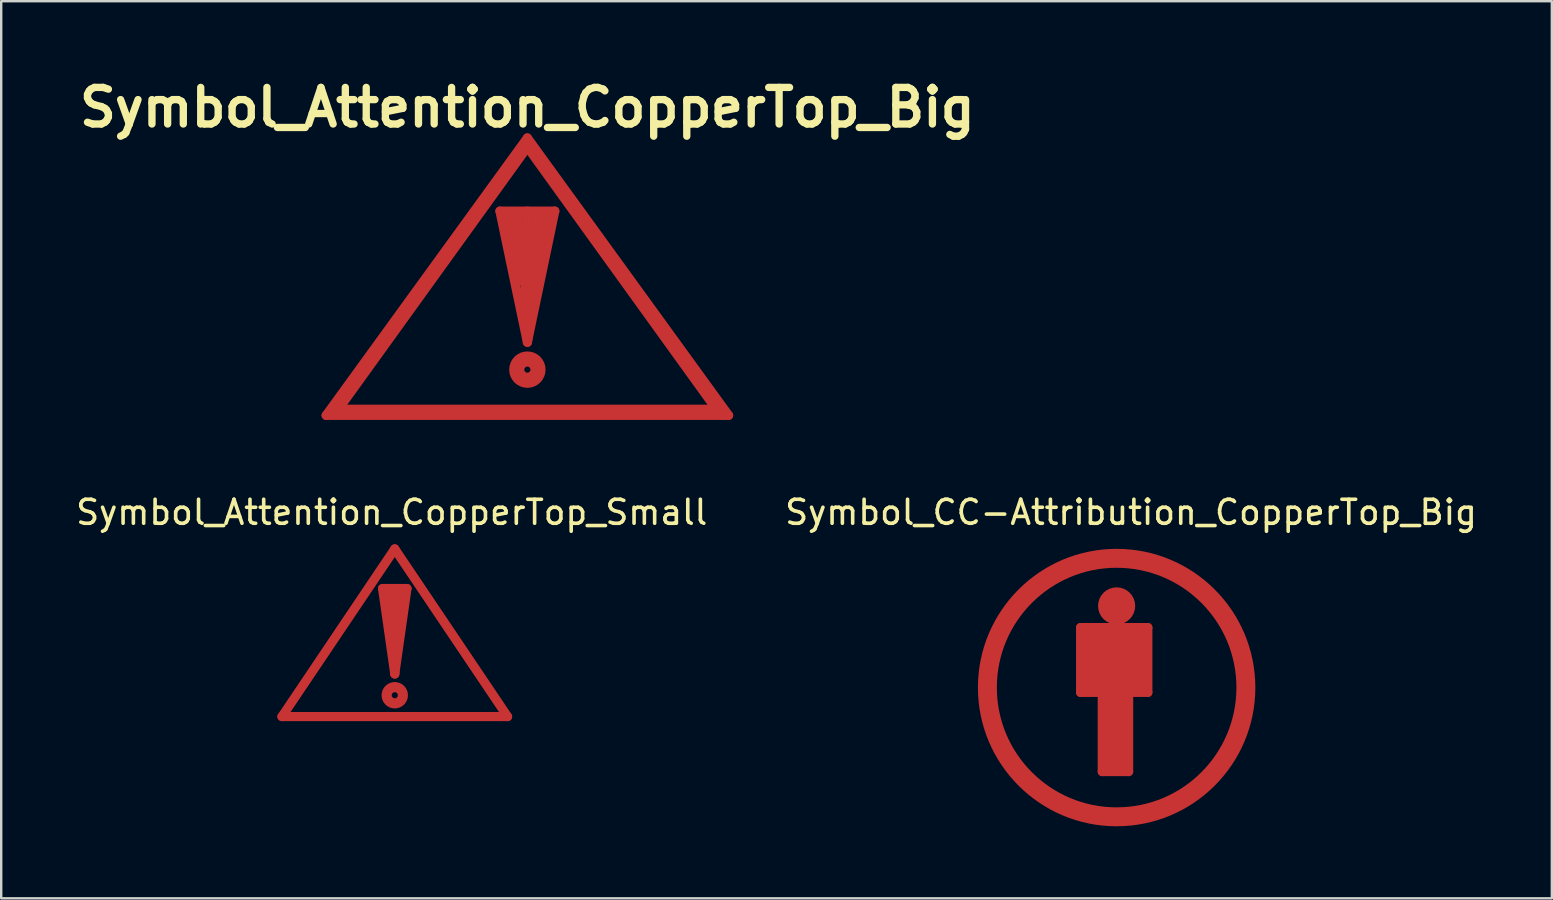
<source format=kicad_pcb>
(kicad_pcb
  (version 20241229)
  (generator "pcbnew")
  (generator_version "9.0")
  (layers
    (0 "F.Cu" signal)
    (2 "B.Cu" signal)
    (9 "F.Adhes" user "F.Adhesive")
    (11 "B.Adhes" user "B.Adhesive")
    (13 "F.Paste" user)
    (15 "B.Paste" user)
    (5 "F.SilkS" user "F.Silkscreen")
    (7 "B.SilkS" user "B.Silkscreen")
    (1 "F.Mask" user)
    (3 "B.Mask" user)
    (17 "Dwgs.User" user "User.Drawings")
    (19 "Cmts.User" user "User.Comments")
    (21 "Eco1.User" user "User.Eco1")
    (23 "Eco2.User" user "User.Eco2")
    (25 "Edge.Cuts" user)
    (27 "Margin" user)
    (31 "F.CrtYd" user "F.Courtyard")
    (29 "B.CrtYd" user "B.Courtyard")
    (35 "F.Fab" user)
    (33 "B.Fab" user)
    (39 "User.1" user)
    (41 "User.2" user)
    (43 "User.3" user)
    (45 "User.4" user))
  (footprint "Symbol_CC-Attribution_CopperTop_Big"
    (layer "F.Cu")
    (at 43.466 25.592)
    (property "Reference" "Symbol_CC-Attribution_CopperTop_Big" (at 0.599 -7.3 0) (layer "F.SilkS") (effects (font (size 1 1) (thickness 0.15))))
    (attr through_hole)
    (fp_line (start -5.4 0.099) (end -5.199 1.3) (stroke (width 0.381) (type solid)) (layer "F.Cu"))
    (fp_line (start -5.301 -1.1) (end -5.4 0.099) (stroke (width 0.381) (type solid)) (layer "F.Cu"))
    (fp_line (start -5.199 1.3) (end -4.801 2.4) (stroke (width 0.381) (type solid)) (layer "F.Cu"))
    (fp_line (start -5.001 -2.101) (end -5.301 -1.1) (stroke (width 0.381) (type solid)) (layer "F.Cu"))
    (fp_line (start -4.801 2.4) (end -3.8 3.899) (stroke (width 0.381) (type solid)) (layer "F.Cu"))
    (fp_line (start -4.501 -3) (end -5.001 -2.101) (stroke (width 0.381) (type solid)) (layer "F.Cu"))
    (fp_line (start -4 -3.599) (end -4.501 -3) (stroke (width 0.381) (type solid)) (layer "F.Cu"))
    (fp_line (start -3.8 3.899) (end -2.601 4.801) (stroke (width 0.381) (type solid)) (layer "F.Cu"))
    (fp_line (start -3.299 -4.201) (end -4 -3.599) (stroke (width 0.381) (type solid)) (layer "F.Cu"))
    (fp_line (start -2.7 -4.699) (end -3.299 -4.201) (stroke (width 0.381) (type solid)) (layer "F.Cu"))
    (fp_line (start -2.601 4.801) (end -1.3 5.301) (stroke (width 0.381) (type solid)) (layer "F.Cu"))
    (fp_line (start -1.999 -4.9) (end -2.7 -4.699) (stroke (width 0.381) (type solid)) (layer "F.Cu"))
    (fp_line (start -1.501 -2.499) (end 1.3 -2.499) (stroke (width 0.381) (type solid)) (layer "F.Cu"))
    (fp_line (start -1.501 0.201) (end -1.501 -2.499) (stroke (width 0.381) (type solid)) (layer "F.Cu"))
    (fp_line (start -1.4 -2.2) (end 1.1 -2.2) (stroke (width 0.381) (type solid)) (layer "F.Cu"))
    (fp_line (start -1.4 -1.9) (end -1.4 -1.501) (stroke (width 0.381) (type solid)) (layer "F.Cu"))
    (fp_line (start -1.4 -1.6) (end 1.199 -1.6) (stroke (width 0.381) (type solid)) (layer "F.Cu"))
    (fp_line (start -1.4 -1.501) (end -1.4 -1.6) (stroke (width 0.381) (type solid)) (layer "F.Cu"))
    (fp_line (start -1.4 -0.8) (end -1.4 -0.5) (stroke (width 0.381) (type solid)) (layer "F.Cu"))
    (fp_line (start -1.4 -0.5) (end 1.1 -0.5) (stroke (width 0.381) (type solid)) (layer "F.Cu"))
    (fp_line (start -1.4 -0.3) (end -1.4 -0.099) (stroke (width 0.381) (type solid)) (layer "F.Cu"))
    (fp_line (start -1.4 -0.099) (end 1.1 -0.099) (stroke (width 0.381) (type solid)) (layer "F.Cu"))
    (fp_line (start -1.3 -5.1) (end -1.999 -4.9) (stroke (width 0.381) (type solid)) (layer "F.Cu"))
    (fp_line (start -1.3 -1.3) (end -1.3 -1.1) (stroke (width 0.381) (type solid)) (layer "F.Cu"))
    (fp_line (start -1.3 -1.1) (end 1.1 -1.1) (stroke (width 0.381) (type solid)) (layer "F.Cu"))
    (fp_line (start -1.3 5.301) (end 0.099 5.301) (stroke (width 0.381) (type solid)) (layer "F.Cu"))
    (fp_line (start -0.599 0.3) (end -0.599 3.5) (stroke (width 0.381) (type solid)) (layer "F.Cu"))
    (fp_line (start -0.599 3.5) (end 0.5 3.5) (stroke (width 0.381) (type solid)) (layer "F.Cu"))
    (fp_line (start -0.5 -5.4) (end -1.3 -5.1) (stroke (width 0.381) (type solid)) (layer "F.Cu"))
    (fp_line (start -0.399 0.3) (end -0.399 3.299) (stroke (width 0.381) (type solid)) (layer "F.Cu"))
    (fp_line (start -0.399 3.299) (end -0.201 3.299) (stroke (width 0.381) (type solid)) (layer "F.Cu"))
    (fp_line (start -0.3 -3.8) (end -0.3 -3.099) (stroke (width 0.381) (type solid)) (layer "F.Cu"))
    (fp_line (start -0.201 0.3) (end 0.099 0.3) (stroke (width 0.381) (type solid)) (layer "F.Cu"))
    (fp_line (start -0.201 3.299) (end -0.201 0.3) (stroke (width 0.381) (type solid)) (layer "F.Cu"))
    (fp_line (start 0 -5.4) (end -0.5 -5.4) (stroke (width 0.381) (type solid)) (layer "F.Cu"))
    (fp_line (start 0 -3.8) (end 0 -3) (stroke (width 0.381) (type solid)) (layer "F.Cu"))
    (fp_line (start 0.099 0.3) (end 0.099 3.401) (stroke (width 0.381) (type solid)) (layer "F.Cu"))
    (fp_line (start 0.099 3.401) (end 0.3 3.401) (stroke (width 0.381) (type solid)) (layer "F.Cu"))
    (fp_line (start 0.099 5.301) (end 1.6 5.199) (stroke (width 0.381) (type solid)) (layer "F.Cu"))
    (fp_line (start 0.3 -3.8) (end 0.3 -3) (stroke (width 0.381) (type solid)) (layer "F.Cu"))
    (fp_line (start 0.3 3.401) (end 0.3 0.3) (stroke (width 0.381) (type solid)) (layer "F.Cu"))
    (fp_line (start 0.5 3.5) (end 0.5 0.3) (stroke (width 0.381) (type solid)) (layer "F.Cu"))
    (fp_line (start 1.1 -1.1) (end 1.1 -0.8) (stroke (width 0.381) (type solid)) (layer "F.Cu"))
    (fp_line (start 1.1 -0.8) (end -1.4 -0.8) (stroke (width 0.381) (type solid)) (layer "F.Cu"))
    (fp_line (start 1.1 -0.5) (end 1.1 -0.3) (stroke (width 0.381) (type solid)) (layer "F.Cu"))
    (fp_line (start 1.1 -0.3) (end -1.4 -0.3) (stroke (width 0.381) (type solid)) (layer "F.Cu"))
    (fp_line (start 1.199 -1.9) (end -1.4 -1.9) (stroke (width 0.381) (type solid)) (layer "F.Cu"))
    (fp_line (start 1.199 -1.6) (end 1.199 -1.3) (stroke (width 0.381) (type solid)) (layer "F.Cu"))
    (fp_line (start 1.199 -1.3) (end -1.3 -1.3) (stroke (width 0.381) (type solid)) (layer "F.Cu"))
    (fp_line (start 1.3 -2.499) (end 1.3 0.201) (stroke (width 0.381) (type solid)) (layer "F.Cu"))
    (fp_line (start 1.3 0.201) (end -1.501 0.201) (stroke (width 0.381) (type solid)) (layer "F.Cu"))
    (fp_line (start 1.4 -5.199) (end 0 -5.301) (stroke (width 0.381) (type solid)) (layer "F.Cu"))
    (fp_line (start 1.6 5.199) (end 2.601 4.699) (stroke (width 0.381) (type solid)) (layer "F.Cu"))
    (fp_line (start 2.4 -4.801) (end 1.4 -5.199) (stroke (width 0.381) (type solid)) (layer "F.Cu"))
    (fp_line (start 2.601 4.699) (end 4.201 3.401) (stroke (width 0.381) (type solid)) (layer "F.Cu"))
    (fp_line (start 3.401 -4.1) (end 2.4 -4.801) (stroke (width 0.381) (type solid)) (layer "F.Cu"))
    (fp_line (start 4.201 3.401) (end 5.001 1.801) (stroke (width 0.381) (type solid)) (layer "F.Cu"))
    (fp_line (start 4.699 -2.499) (end 3.401 -4.1) (stroke (width 0.381) (type solid)) (layer "F.Cu"))
    (fp_line (start 5.001 1.801) (end 5.4 0.3) (stroke (width 0.381) (type solid)) (layer "F.Cu"))
    (fp_line (start 5.199 -1.4) (end 4.699 -2.499) (stroke (width 0.381) (type solid)) (layer "F.Cu"))
    (fp_line (start 5.4 0.3) (end 5.199 -1.4) (stroke (width 0.381) (type solid)) (layer "F.Cu"))
    (fp_circle (center 0 -3.401) (end 0.3 -2.901) (stroke (width 0.381) (type solid)) (fill no) (layer "F.Cu"))
    (fp_circle (center 0 0) (end 5.08 1.016) (stroke (width 0.381) (type solid)) (fill no) (layer "F.Cu"))
    (fp_circle (center 0 0) (end 5.588 0) (stroke (width 0.381) (type solid)) (fill no) (layer "F.Cu")))
  (footprint "Symbol_Attention_CopperTop_Big"
    (layer "F.Cu")
    (at 18.919 9.554)
    (property "Reference" "Symbol_Attention_CopperTop_Big" (at 0 -8.128 0) (layer "F.SilkS") (effects (font (size 1.524 1.524) (thickness 0.305))))
    (attr through_hole)
    (fp_line (start -8.382 4.699) (end 0 -6.858) (stroke (width 0.381) (type solid)) (layer "F.Cu"))
    (fp_line (start -7.874 4.445) (end 0 -6.477) (stroke (width 0.381) (type solid)) (layer "F.Cu"))
    (fp_line (start -1.143 -3.81) (end 0 -3.81) (stroke (width 0.381) (type solid)) (layer "F.Cu"))
    (fp_line (start -0.889 -3.556) (end -0.508 -2.159) (stroke (width 0.381) (type solid)) (layer "F.Cu"))
    (fp_line (start -0.508 -2.159) (end -0.635 -3.429) (stroke (width 0.381) (type solid)) (layer "F.Cu"))
    (fp_line (start -0.381 -3.556) (end -0.889 -3.556) (stroke (width 0.381) (type solid)) (layer "F.Cu"))
    (fp_line (start -0.381 -0.889) (end -0.381 -3.556) (stroke (width 0.381) (type solid)) (layer "F.Cu"))
    (fp_line (start -0.127 0.127) (end 0 -3.556) (stroke (width 0.381) (type solid)) (layer "F.Cu"))
    (fp_line (start 0 -6.858) (end 8.382 4.699) (stroke (width 0.381) (type solid)) (layer "F.Cu"))
    (fp_line (start 0 -6.477) (end 7.874 4.445) (stroke (width 0.381) (type solid)) (layer "F.Cu"))
    (fp_line (start 0 -3.81) (end 1.143 -3.81) (stroke (width 0.381) (type solid)) (layer "F.Cu"))
    (fp_line (start 0 -3.556) (end -0.381 -0.889) (stroke (width 0.381) (type solid)) (layer "F.Cu"))
    (fp_line (start 0 1.524) (end 0.381 -3.556) (stroke (width 0.381) (type solid)) (layer "F.Cu"))
    (fp_line (start 0 1.651) (end -1.143 -3.81) (stroke (width 0.381) (type solid)) (layer "F.Cu"))
    (fp_line (start 0 1.651) (end 0.762 -3.683) (stroke (width 0.381) (type solid)) (layer "F.Cu"))
    (fp_line (start 0.381 -3.556) (end -0.127 0.127) (stroke (width 0.381) (type solid)) (layer "F.Cu"))
    (fp_line (start 1.143 -3.81) (end 0 1.651) (stroke (width 0.381) (type solid)) (layer "F.Cu"))
    (fp_line (start 7.874 4.445) (end -7.874 4.445) (stroke (width 0.381) (type solid)) (layer "F.Cu"))
    (fp_line (start 8.382 4.699) (end -8.382 4.699) (stroke (width 0.381) (type solid)) (layer "F.Cu"))
    (fp_circle (center 0 2.794) (end 0 2.921) (stroke (width 0.381) (type solid)) (fill no) (layer "F.Cu"))
    (fp_circle (center 0 2.794) (end 0.127 2.921) (stroke (width 0.381) (type solid)) (fill no) (layer "F.Cu"))
    (fp_circle (center 0 2.794) (end 0.254 3.302) (stroke (width 0.381) (type solid)) (fill no) (layer "F.Cu")))
  (footprint "Symbol_Attention_CopperTop_Small"
    (layer "F.Cu")
    (at 13.395 24.007)
    (property "Reference" "Symbol_Attention_CopperTop_Small" (at -0.127 -5.715 0) (layer "F.SilkS") (effects (font (size 1 1) (thickness 0.15))))
    (attr through_hole)
    (fp_line (start -4.699 2.794) (end 0 -4.191) (stroke (width 0.381) (type solid)) (layer "F.Cu"))
    (fp_line (start -0.508 -2.54) (end 0 -2.54) (stroke (width 0.381) (type solid)) (layer "F.Cu"))
    (fp_line (start 0 -4.191) (end 4.699 2.794) (stroke (width 0.381) (type solid)) (layer "F.Cu"))
    (fp_line (start 0 -2.54) (end 0.508 -2.54) (stroke (width 0.381) (type solid)) (layer "F.Cu"))
    (fp_line (start 0 0.889) (end 0.127 -2.54) (stroke (width 0.381) (type solid)) (layer "F.Cu"))
    (fp_line (start 0 1.016) (end -0.508 -2.54) (stroke (width 0.381) (type solid)) (layer "F.Cu"))
    (fp_line (start 0 1.016) (end -0.127 -2.54) (stroke (width 0.381) (type solid)) (layer "F.Cu"))
    (fp_line (start 0.508 -2.54) (end 0 1.016) (stroke (width 0.381) (type solid)) (layer "F.Cu"))
    (fp_line (start 4.699 2.794) (end -4.699 2.794) (stroke (width 0.381) (type solid)) (layer "F.Cu"))
    (fp_circle (center 0 1.905) (end 0 2.032) (stroke (width 0.381) (type solid)) (fill no) (layer "F.Cu"))
    (fp_circle (center 0 1.905) (end 0.254 2.159) (stroke (width 0.381) (type solid)) (fill no) (layer "F.Cu")))
  (gr_rect
    (start -3 -3)
    (end 61.595 34.371)
    (stroke (width 0.1) (type default))
    (fill no)
    (layer "Edge.Cuts")))
</source>
